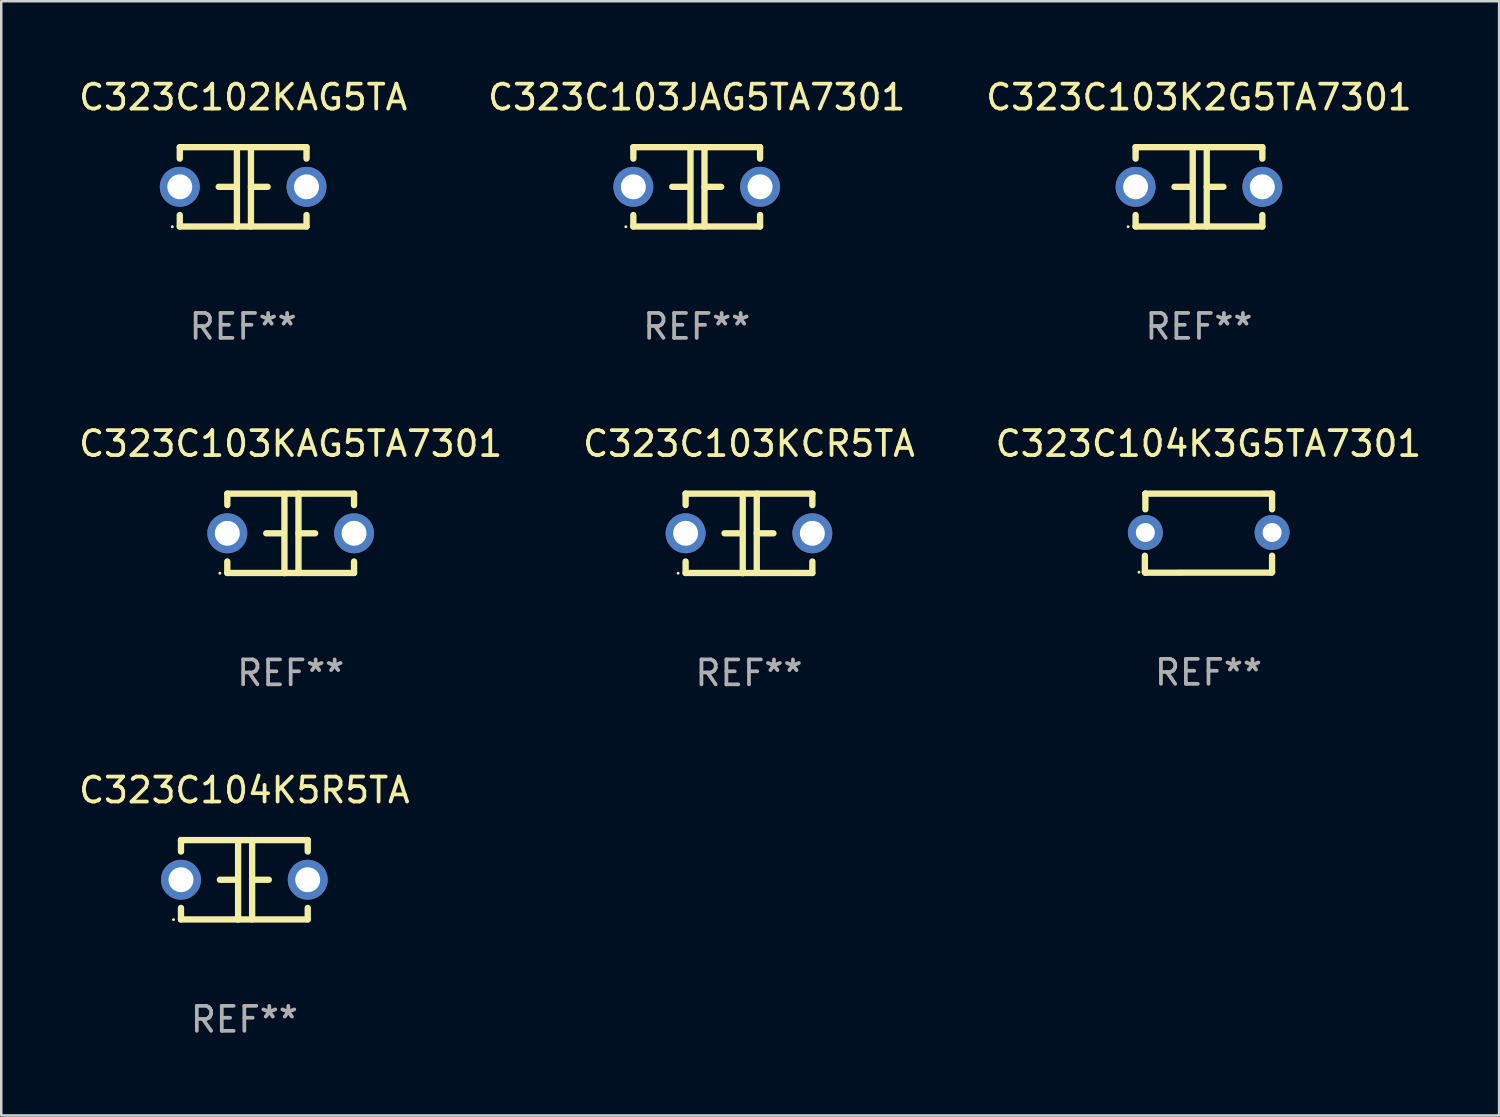
<source format=kicad_pcb>
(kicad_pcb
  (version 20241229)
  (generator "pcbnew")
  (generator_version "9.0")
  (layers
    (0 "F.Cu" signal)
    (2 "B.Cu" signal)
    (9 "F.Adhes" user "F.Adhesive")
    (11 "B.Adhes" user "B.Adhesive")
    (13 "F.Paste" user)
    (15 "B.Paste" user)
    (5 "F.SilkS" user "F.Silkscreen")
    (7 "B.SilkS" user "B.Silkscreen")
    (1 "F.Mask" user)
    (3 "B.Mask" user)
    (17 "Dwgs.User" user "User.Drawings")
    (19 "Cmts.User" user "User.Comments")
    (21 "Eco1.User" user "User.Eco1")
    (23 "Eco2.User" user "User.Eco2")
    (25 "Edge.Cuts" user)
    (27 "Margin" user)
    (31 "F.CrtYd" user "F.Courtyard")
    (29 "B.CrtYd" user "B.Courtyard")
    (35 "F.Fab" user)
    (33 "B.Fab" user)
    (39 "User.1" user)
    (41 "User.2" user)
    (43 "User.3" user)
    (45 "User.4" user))
  (footprint "C323C103KAG5TA7301"
    (layer "F.Cu")
    (at 8.601 18.33)
    (property "Reference" "C323C103KAG5TA7301" (at 0 -3.595 0) (layer "F.SilkS") (effects (font (size 1 1) (thickness 0.15))))
    (attr through_hole)
    (fp_line (start -2.54 -1.595) (end -2.54 -1.136) (stroke (width 0.254) (type solid)) (layer "F.SilkS"))
    (fp_line (start -2.54 -1.595) (end 2.54 -1.595) (stroke (width 0.254) (type solid)) (layer "F.SilkS"))
    (fp_line (start -2.54 1.126) (end -2.54 1.585) (stroke (width 0.254) (type solid)) (layer "F.SilkS"))
    (fp_line (start -0.312 -0.005) (end -0.98 -0.005) (stroke (width 0.254) (type solid)) (layer "F.SilkS"))
    (fp_line (start -0.25 -1.585) (end -0.25 1.595) (stroke (width 0.254) (type solid)) (layer "F.SilkS"))
    (fp_line (start 0.312 -1.595) (end 0.312 1.585) (stroke (width 0.254) (type solid)) (layer "F.SilkS"))
    (fp_line (start 0.312 -0.005) (end 0.98 -0.005) (stroke (width 0.254) (type solid)) (layer "F.SilkS"))
    (fp_line (start 2.54 -1.595) (end 2.54 -1.136) (stroke (width 0.254) (type solid)) (layer "F.SilkS"))
    (fp_line (start 2.54 1.126) (end 2.54 1.585) (stroke (width 0.254) (type solid)) (layer "F.SilkS"))
    (fp_line (start 2.54 1.585) (end -2.54 1.585) (stroke (width 0.254) (type solid)) (layer "F.SilkS"))
    (fp_circle (center -2.84 1.595) (end -2.81 1.595) (stroke (width 0.06) (type solid)) (fill no) (layer "F.SilkS"))
    (fp_text user "REF**" (at 0 5.595 0) (layer "F.Fab") (effects (font (size 1 1) (thickness 0.15))))
    (pad "1" thru_hole circle (at -2.54 -0.005) (size 1.6 1.6) (drill 1) (layers "*.Cu" "*.Mask"))
    (pad "2" thru_hole circle (at 2.54 -0.005) (size 1.6 1.6) (drill 1) (layers "*.Cu" "*.Mask")))
  (footprint "C323C104K5R5TA"
    (layer "F.Cu")
    (at 6.744 32.216)
    (property "Reference" "C323C104K5R5TA" (at 0 -3.595 0) (layer "F.SilkS") (effects (font (size 1 1) (thickness 0.15))))
    (attr through_hole)
    (fp_line (start -2.54 -1.595) (end -2.54 -1.136) (stroke (width 0.254) (type solid)) (layer "F.SilkS"))
    (fp_line (start -2.54 -1.595) (end 2.54 -1.595) (stroke (width 0.254) (type solid)) (layer "F.SilkS"))
    (fp_line (start -2.54 1.126) (end -2.54 1.585) (stroke (width 0.254) (type solid)) (layer "F.SilkS"))
    (fp_line (start -0.312 -0.005) (end -0.98 -0.005) (stroke (width 0.254) (type solid)) (layer "F.SilkS"))
    (fp_line (start -0.25 -1.585) (end -0.25 1.595) (stroke (width 0.254) (type solid)) (layer "F.SilkS"))
    (fp_line (start 0.312 -1.595) (end 0.312 1.585) (stroke (width 0.254) (type solid)) (layer "F.SilkS"))
    (fp_line (start 0.312 -0.005) (end 0.98 -0.005) (stroke (width 0.254) (type solid)) (layer "F.SilkS"))
    (fp_line (start 2.54 -1.595) (end 2.54 -1.136) (stroke (width 0.254) (type solid)) (layer "F.SilkS"))
    (fp_line (start 2.54 1.126) (end 2.54 1.585) (stroke (width 0.254) (type solid)) (layer "F.SilkS"))
    (fp_line (start 2.54 1.585) (end -2.54 1.585) (stroke (width 0.254) (type solid)) (layer "F.SilkS"))
    (fp_circle (center -2.84 1.595) (end -2.81 1.595) (stroke (width 0.06) (type solid)) (fill no) (layer "F.SilkS"))
    (fp_text user "REF**" (at 0 5.595 0) (layer "F.Fab") (effects (font (size 1 1) (thickness 0.15))))
    (pad "1" thru_hole circle (at -2.54 -0.005) (size 1.6 1.6) (drill 1) (layers "*.Cu" "*.Mask"))
    (pad "2" thru_hole circle (at 2.54 -0.005) (size 1.6 1.6) (drill 1) (layers "*.Cu" "*.Mask")))
  (footprint "C323C103KCR5TA"
    (layer "F.Cu")
    (at 26.97 18.33)
    (property "Reference" "C323C103KCR5TA" (at 0 -3.595 0) (layer "F.SilkS") (effects (font (size 1 1) (thickness 0.15))))
    (attr through_hole)
    (fp_line (start -2.54 -1.595) (end -2.54 -1.136) (stroke (width 0.254) (type solid)) (layer "F.SilkS"))
    (fp_line (start -2.54 -1.595) (end 2.54 -1.595) (stroke (width 0.254) (type solid)) (layer "F.SilkS"))
    (fp_line (start -2.54 1.126) (end -2.54 1.585) (stroke (width 0.254) (type solid)) (layer "F.SilkS"))
    (fp_line (start -0.312 -0.005) (end -0.98 -0.005) (stroke (width 0.254) (type solid)) (layer "F.SilkS"))
    (fp_line (start -0.25 -1.585) (end -0.25 1.595) (stroke (width 0.254) (type solid)) (layer "F.SilkS"))
    (fp_line (start 0.312 -1.595) (end 0.312 1.585) (stroke (width 0.254) (type solid)) (layer "F.SilkS"))
    (fp_line (start 0.312 -0.005) (end 0.98 -0.005) (stroke (width 0.254) (type solid)) (layer "F.SilkS"))
    (fp_line (start 2.54 -1.595) (end 2.54 -1.136) (stroke (width 0.254) (type solid)) (layer "F.SilkS"))
    (fp_line (start 2.54 1.126) (end 2.54 1.585) (stroke (width 0.254) (type solid)) (layer "F.SilkS"))
    (fp_line (start 2.54 1.585) (end -2.54 1.585) (stroke (width 0.254) (type solid)) (layer "F.SilkS"))
    (fp_circle (center -2.84 1.595) (end -2.81 1.595) (stroke (width 0.06) (type solid)) (fill no) (layer "F.SilkS"))
    (fp_text user "REF**" (at 0 5.595 0) (layer "F.Fab") (effects (font (size 1 1) (thickness 0.15))))
    (pad "1" thru_hole circle (at -2.54 -0.005) (size 1.6 1.6) (drill 1) (layers "*.Cu" "*.Mask"))
    (pad "2" thru_hole circle (at 2.54 -0.005) (size 1.6 1.6) (drill 1) (layers "*.Cu" "*.Mask")))
  (footprint "C323C102KAG5TA"
    (layer "F.Cu")
    (at 6.696 4.443)
    (property "Reference" "C323C102KAG5TA" (at 0 -3.595 0) (layer "F.SilkS") (effects (font (size 1 1) (thickness 0.15))))
    (attr through_hole)
    (fp_line (start -2.54 -1.595) (end -2.54 -1.136) (stroke (width 0.254) (type solid)) (layer "F.SilkS"))
    (fp_line (start -2.54 -1.595) (end 2.54 -1.595) (stroke (width 0.254) (type solid)) (layer "F.SilkS"))
    (fp_line (start -2.54 1.126) (end -2.54 1.585) (stroke (width 0.254) (type solid)) (layer "F.SilkS"))
    (fp_line (start -0.312 -0.005) (end -0.98 -0.005) (stroke (width 0.254) (type solid)) (layer "F.SilkS"))
    (fp_line (start -0.25 -1.585) (end -0.25 1.595) (stroke (width 0.254) (type solid)) (layer "F.SilkS"))
    (fp_line (start 0.312 -1.595) (end 0.312 1.585) (stroke (width 0.254) (type solid)) (layer "F.SilkS"))
    (fp_line (start 0.312 -0.005) (end 0.98 -0.005) (stroke (width 0.254) (type solid)) (layer "F.SilkS"))
    (fp_line (start 2.54 -1.595) (end 2.54 -1.136) (stroke (width 0.254) (type solid)) (layer "F.SilkS"))
    (fp_line (start 2.54 1.126) (end 2.54 1.585) (stroke (width 0.254) (type solid)) (layer "F.SilkS"))
    (fp_line (start 2.54 1.585) (end -2.54 1.585) (stroke (width 0.254) (type solid)) (layer "F.SilkS"))
    (fp_circle (center -2.84 1.595) (end -2.81 1.595) (stroke (width 0.06) (type solid)) (fill no) (layer "F.SilkS"))
    (fp_text user "REF**" (at 0 5.595 0) (layer "F.Fab") (effects (font (size 1 1) (thickness 0.15))))
    (pad "1" thru_hole circle (at -2.54 -0.005) (size 1.6 1.6) (drill 1) (layers "*.Cu" "*.Mask"))
    (pad "2" thru_hole circle (at 2.54 -0.005) (size 1.6 1.6) (drill 1) (layers "*.Cu" "*.Mask")))
  (footprint "C323C103K2G5TA7301"
    (layer "F.Cu")
    (at 45.006 4.443)
    (property "Reference" "C323C103K2G5TA7301" (at 0 -3.595 0) (layer "F.SilkS") (effects (font (size 1 1) (thickness 0.15))))
    (attr through_hole)
    (fp_line (start -2.54 -1.595) (end -2.54 -1.136) (stroke (width 0.254) (type solid)) (layer "F.SilkS"))
    (fp_line (start -2.54 -1.595) (end 2.54 -1.595) (stroke (width 0.254) (type solid)) (layer "F.SilkS"))
    (fp_line (start -2.54 1.126) (end -2.54 1.585) (stroke (width 0.254) (type solid)) (layer "F.SilkS"))
    (fp_line (start -0.312 -0.005) (end -0.98 -0.005) (stroke (width 0.254) (type solid)) (layer "F.SilkS"))
    (fp_line (start -0.25 -1.585) (end -0.25 1.595) (stroke (width 0.254) (type solid)) (layer "F.SilkS"))
    (fp_line (start 0.312 -1.595) (end 0.312 1.585) (stroke (width 0.254) (type solid)) (layer "F.SilkS"))
    (fp_line (start 0.312 -0.005) (end 0.98 -0.005) (stroke (width 0.254) (type solid)) (layer "F.SilkS"))
    (fp_line (start 2.54 -1.595) (end 2.54 -1.136) (stroke (width 0.254) (type solid)) (layer "F.SilkS"))
    (fp_line (start 2.54 1.126) (end 2.54 1.585) (stroke (width 0.254) (type solid)) (layer "F.SilkS"))
    (fp_line (start 2.54 1.585) (end -2.54 1.585) (stroke (width 0.254) (type solid)) (layer "F.SilkS"))
    (fp_circle (center -2.84 1.595) (end -2.81 1.595) (stroke (width 0.06) (type solid)) (fill no) (layer "F.SilkS"))
    (fp_text user "REF**" (at 0 5.595 0) (layer "F.Fab") (effects (font (size 1 1) (thickness 0.15))))
    (pad "1" thru_hole circle (at -2.54 -0.005) (size 1.6 1.6) (drill 1) (layers "*.Cu" "*.Mask"))
    (pad "2" thru_hole circle (at 2.54 -0.005) (size 1.6 1.6) (drill 1) (layers "*.Cu" "*.Mask")))
  (footprint "C323C104K3G5TA7301"
    (layer "F.Cu")
    (at 45.387 18.319)
    (property "Reference" "C323C104K3G5TA7301" (at 0 -3.585 0) (layer "F.SilkS") (effects (font (size 1 1) (thickness 0.15))))
    (attr through_hole)
    (fp_line (start -2.55 1.566) (end -2.55 0.906) (stroke (width 0.254) (type solid)) (layer "F.SilkS"))
    (fp_line (start -2.531 1.585) (end -2.55 1.566) (stroke (width 0.254) (type solid)) (layer "F.SilkS"))
    (fp_line (start -2.53 -1.577) (end -2.53 -1.577) (stroke (width 0.254) (type solid)) (layer "F.SilkS"))
    (fp_line (start -2.53 -1.577) (end -2.528 -1.583) (stroke (width 0.254) (type solid)) (layer "F.SilkS"))
    (fp_line (start -2.53 -0.957) (end -2.53 -1.577) (stroke (width 0.254) (type solid)) (layer "F.SilkS"))
    (fp_line (start -2.528 -1.583) (end 2.54 -1.585) (stroke (width 0.254) (type solid)) (layer "F.SilkS"))
    (fp_line (start 2.524 1.582) (end -2.531 1.585) (stroke (width 0.254) (type solid)) (layer "F.SilkS"))
    (fp_line (start 2.54 -1.585) (end 2.548 -1.575) (stroke (width 0.254) (type solid)) (layer "F.SilkS"))
    (fp_line (start 2.548 -1.575) (end 2.55 -0.957) (stroke (width 0.254) (type solid)) (layer "F.SilkS"))
    (fp_line (start 2.549 0.906) (end 2.549 1.566) (stroke (width 0.254) (type solid)) (layer "F.SilkS"))
    (fp_line (start 2.549 1.566) (end 2.524 1.582) (stroke (width 0.254) (type solid)) (layer "F.SilkS"))
    (fp_circle (center -2.785 1.565) (end -2.755 1.565) (stroke (width 0.06) (type solid)) (fill no) (layer "F.SilkS"))
    (fp_text user "REF**" (at 0 5.585 0) (layer "F.Fab") (effects (font (size 1 1) (thickness 0.15))))
    (pad "1" thru_hole circle (at -2.53 -0.025) (size 1.4 1.4) (drill 0.76) (layers "*.Cu" "*.Mask"))
    (pad "2" thru_hole circle (at 2.55 -0.025) (size 1.4 1.4) (drill 0.76) (layers "*.Cu" "*.Mask")))
  (footprint "C323C103JAG5TA7301"
    (layer "F.Cu")
    (at 24.875 4.443)
    (property "Reference" "C323C103JAG5TA7301" (at 0 -3.595 0) (layer "F.SilkS") (effects (font (size 1 1) (thickness 0.15))))
    (attr through_hole)
    (fp_line (start -2.54 -1.595) (end -2.54 -1.136) (stroke (width 0.254) (type solid)) (layer "F.SilkS"))
    (fp_line (start -2.54 -1.595) (end 2.54 -1.595) (stroke (width 0.254) (type solid)) (layer "F.SilkS"))
    (fp_line (start -2.54 1.126) (end -2.54 1.585) (stroke (width 0.254) (type solid)) (layer "F.SilkS"))
    (fp_line (start -0.312 -0.005) (end -0.98 -0.005) (stroke (width 0.254) (type solid)) (layer "F.SilkS"))
    (fp_line (start -0.25 -1.585) (end -0.25 1.595) (stroke (width 0.254) (type solid)) (layer "F.SilkS"))
    (fp_line (start 0.312 -1.595) (end 0.312 1.585) (stroke (width 0.254) (type solid)) (layer "F.SilkS"))
    (fp_line (start 0.312 -0.005) (end 0.98 -0.005) (stroke (width 0.254) (type solid)) (layer "F.SilkS"))
    (fp_line (start 2.54 -1.595) (end 2.54 -1.136) (stroke (width 0.254) (type solid)) (layer "F.SilkS"))
    (fp_line (start 2.54 1.126) (end 2.54 1.585) (stroke (width 0.254) (type solid)) (layer "F.SilkS"))
    (fp_line (start 2.54 1.585) (end -2.54 1.585) (stroke (width 0.254) (type solid)) (layer "F.SilkS"))
    (fp_circle (center -2.84 1.595) (end -2.81 1.595) (stroke (width 0.06) (type solid)) (fill no) (layer "F.SilkS"))
    (fp_text user "REF**" (at 0 5.595 0) (layer "F.Fab") (effects (font (size 1 1) (thickness 0.15))))
    (pad "1" thru_hole circle (at -2.54 -0.005) (size 1.6 1.6) (drill 1) (layers "*.Cu" "*.Mask"))
    (pad "2" thru_hole circle (at 2.54 -0.005) (size 1.6 1.6) (drill 1) (layers "*.Cu" "*.Mask")))
  (gr_rect
    (start -3 -3)
    (end 57.036 41.659)
    (stroke (width 0.1) (type default))
    (fill no)
    (layer "Edge.Cuts")))
</source>
